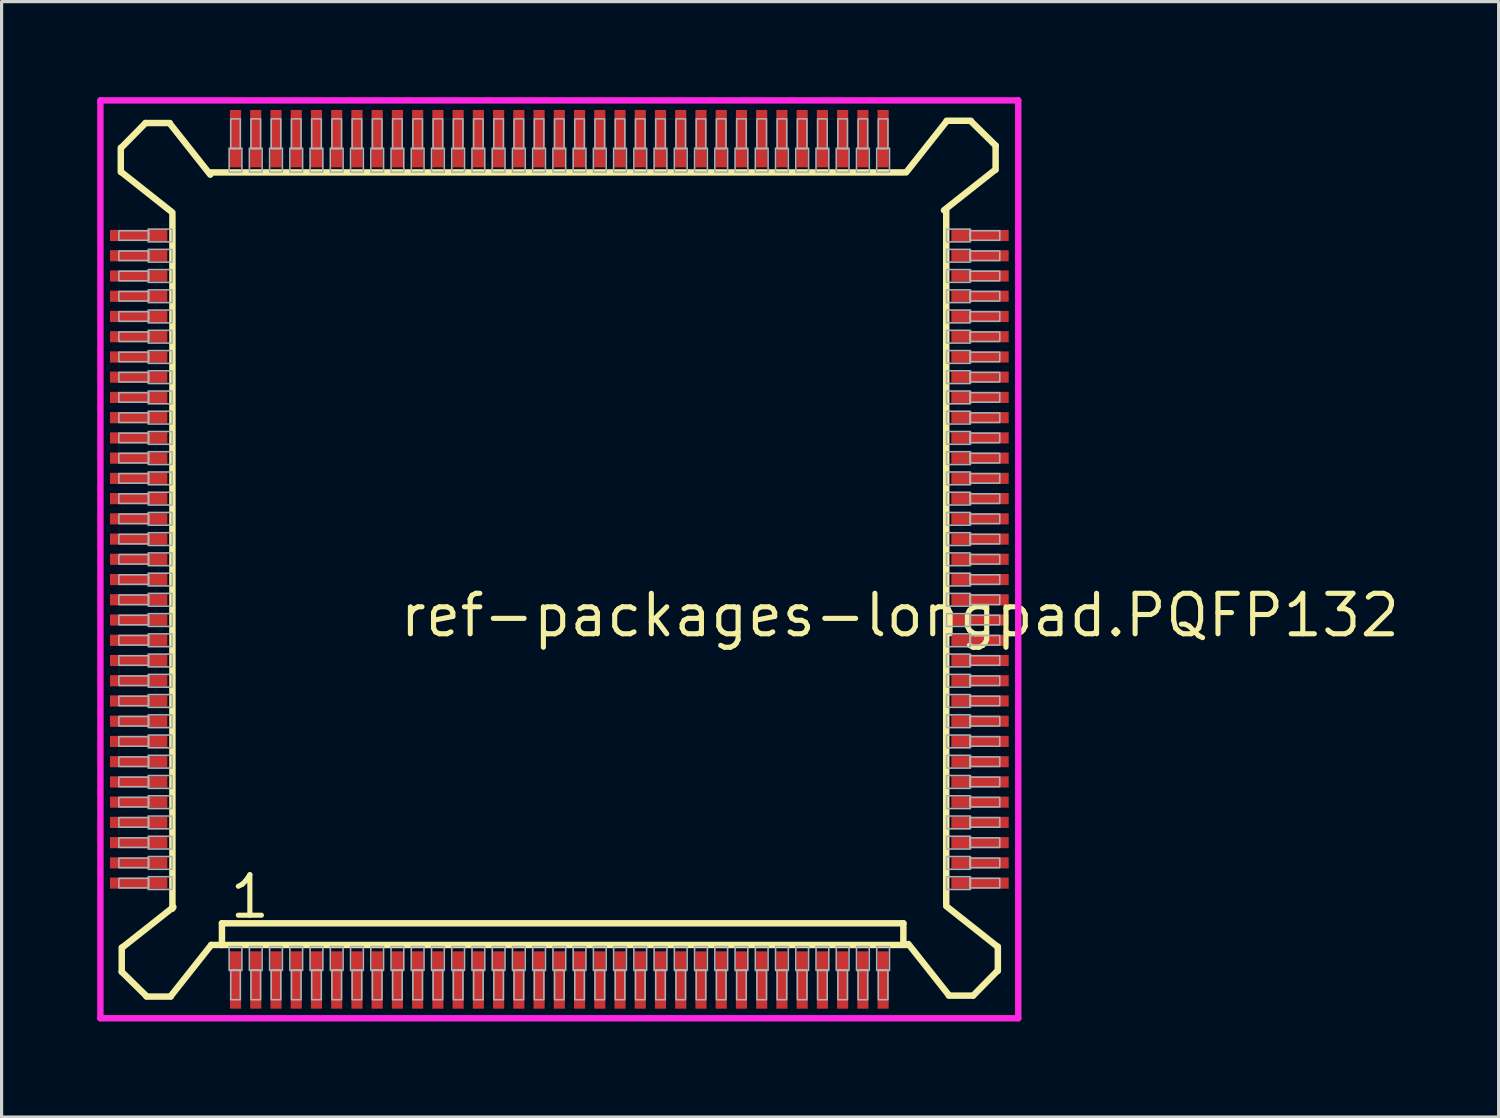
<source format=kicad_pcb>
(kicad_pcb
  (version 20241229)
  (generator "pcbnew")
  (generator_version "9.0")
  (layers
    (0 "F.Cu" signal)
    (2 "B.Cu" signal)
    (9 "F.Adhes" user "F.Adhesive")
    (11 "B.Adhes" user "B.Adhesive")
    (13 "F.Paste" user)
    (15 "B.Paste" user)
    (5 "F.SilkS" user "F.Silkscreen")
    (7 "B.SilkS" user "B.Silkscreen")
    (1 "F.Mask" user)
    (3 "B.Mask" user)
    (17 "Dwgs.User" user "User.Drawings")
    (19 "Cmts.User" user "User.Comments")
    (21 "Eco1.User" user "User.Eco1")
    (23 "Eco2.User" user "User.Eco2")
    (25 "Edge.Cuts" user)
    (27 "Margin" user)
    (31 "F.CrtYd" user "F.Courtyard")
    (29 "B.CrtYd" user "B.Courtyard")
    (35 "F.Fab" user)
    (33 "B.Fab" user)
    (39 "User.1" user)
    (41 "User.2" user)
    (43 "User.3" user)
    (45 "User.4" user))
  (footprint "ref-packages-longpad.PQFP132"
    (layer "F.Cu")
    (at 14.5 14.5)
    (property "Reference" "ref-packages-longpad.PQFP132" (at -5.08 2.5 0) (layer "F.SilkS") (effects (font (size 1.27 1.27) (thickness 0.16)) (justify left bottom)))
    (attr smd)
    (fp_line (start -13.76 -12.914) (end -13.76 -12.152) (stroke (width 0.203) (type default)) (layer "F.SilkS"))
    (fp_line (start -13.746 -12.152) (end -12.14 -10.882) (stroke (width 0.203) (type default)) (layer "F.SilkS"))
    (fp_line (start -13.73 12.182) (end -13.73 12.944) (stroke (width 0.203) (type default)) (layer "F.SilkS"))
    (fp_line (start -13.73 12.944) (end -12.954 13.706) (stroke (width 0.203) (type default)) (layer "F.SilkS"))
    (fp_line (start -12.984 -13.69) (end -13.746 -12.914) (stroke (width 0.203) (type default)) (layer "F.SilkS"))
    (fp_line (start -12.954 13.72) (end -12.192 13.72) (stroke (width 0.203) (type default)) (layer "F.SilkS"))
    (fp_line (start -12.222 -13.69) (end -12.984 -13.69) (stroke (width 0.203) (type default)) (layer "F.SilkS"))
    (fp_line (start -12.192 13.706) (end -10.922 12.1) (stroke (width 0.203) (type default)) (layer "F.SilkS"))
    (fp_line (start -12.14 -10.8) (end -12.14 10.962) (stroke (width 0.203) (type default)) (layer "F.SilkS"))
    (fp_line (start -12.11 10.912) (end -13.716 12.182) (stroke (width 0.203) (type default)) (layer "F.SilkS"))
    (fp_line (start -10.952 -12.07) (end -12.222 -13.676) (stroke (width 0.203) (type default)) (layer "F.SilkS"))
    (fp_line (start -10.922 12.1) (end -10.586 12.1) (stroke (width 0.203) (type default)) (layer "F.SilkS"))
    (fp_line (start -10.586 11.42) (end 10.795 11.42) (stroke (width 0.203) (type default)) (layer "F.SilkS"))
    (fp_line (start -10.586 12.1) (end -10.586 11.42) (stroke (width 0.203) (type default)) (layer "F.SilkS"))
    (fp_line (start -10.586 12.1) (end 10.922 12.1) (stroke (width 0.203) (type default)) (layer "F.SilkS"))
    (fp_line (start 10.795 11.42) (end 10.795 12.055) (stroke (width 0.203) (type default)) (layer "F.SilkS"))
    (fp_line (start 10.8 -12.14) (end -10.962 -12.14) (stroke (width 0.203) (type default)) (layer "F.SilkS"))
    (fp_line (start 10.952 12.07) (end 12.222 13.676) (stroke (width 0.203) (type default)) (layer "F.SilkS"))
    (fp_line (start 12.07 -10.952) (end 13.676 -12.222) (stroke (width 0.203) (type default)) (layer "F.SilkS"))
    (fp_line (start 12.14 10.8) (end 12.14 -10.962) (stroke (width 0.203) (type default)) (layer "F.SilkS"))
    (fp_line (start 12.152 -13.746) (end 10.882 -12.14) (stroke (width 0.203) (type default)) (layer "F.SilkS"))
    (fp_line (start 12.222 13.69) (end 12.984 13.69) (stroke (width 0.203) (type default)) (layer "F.SilkS"))
    (fp_line (start 12.914 -13.76) (end 12.152 -13.76) (stroke (width 0.203) (type default)) (layer "F.SilkS"))
    (fp_line (start 12.984 13.69) (end 13.746 12.914) (stroke (width 0.203) (type default)) (layer "F.SilkS"))
    (fp_line (start 13.69 -12.984) (end 12.914 -13.746) (stroke (width 0.203) (type default)) (layer "F.SilkS"))
    (fp_line (start 13.69 -12.222) (end 13.69 -12.984) (stroke (width 0.203) (type default)) (layer "F.SilkS"))
    (fp_line (start 13.746 12.152) (end 12.14 10.882) (stroke (width 0.203) (type default)) (layer "F.SilkS"))
    (fp_line (start 13.76 12.914) (end 13.76 12.152) (stroke (width 0.203) (type default)) (layer "F.SilkS"))
    (fp_line (start -14.4 -14.4) (end 14.4 -14.4) (stroke (width 0.2) (type default)) (layer "F.CrtYd"))
    (fp_line (start -14.4 14.4) (end -14.4 -14.4) (stroke (width 0.2) (type default)) (layer "F.CrtYd"))
    (fp_line (start 14.4 -14.4) (end 14.4 14.4) (stroke (width 0.2) (type default)) (layer "F.CrtYd"))
    (fp_line (start 14.4 14.4) (end -14.4 14.4) (stroke (width 0.2) (type default)) (layer "F.CrtYd"))
    (fp_rect (start -13.82 -10.01) (end -12.88 -10.31) (stroke (width 0.05) (type default)) (fill no) (layer "F.Fab"))
    (fp_rect (start -13.82 -9.375) (end -12.88 -9.675) (stroke (width 0.05) (type default)) (fill no) (layer "F.Fab"))
    (fp_rect (start -13.82 -8.74) (end -12.88 -9.04) (stroke (width 0.05) (type default)) (fill no) (layer "F.Fab"))
    (fp_rect (start -13.82 -8.105) (end -12.88 -8.405) (stroke (width 0.05) (type default)) (fill no) (layer "F.Fab"))
    (fp_rect (start -13.82 -7.47) (end -12.88 -7.77) (stroke (width 0.05) (type default)) (fill no) (layer "F.Fab"))
    (fp_rect (start -13.82 -6.835) (end -12.88 -7.135) (stroke (width 0.05) (type default)) (fill no) (layer "F.Fab"))
    (fp_rect (start -13.82 -6.2) (end -12.88 -6.5) (stroke (width 0.05) (type default)) (fill no) (layer "F.Fab"))
    (fp_rect (start -13.82 -5.565) (end -12.88 -5.865) (stroke (width 0.05) (type default)) (fill no) (layer "F.Fab"))
    (fp_rect (start -13.82 -4.93) (end -12.88 -5.23) (stroke (width 0.05) (type default)) (fill no) (layer "F.Fab"))
    (fp_rect (start -13.82 -4.295) (end -12.88 -4.595) (stroke (width 0.05) (type default)) (fill no) (layer "F.Fab"))
    (fp_rect (start -13.82 -3.66) (end -12.88 -3.96) (stroke (width 0.05) (type default)) (fill no) (layer "F.Fab"))
    (fp_rect (start -13.82 -3.025) (end -12.88 -3.325) (stroke (width 0.05) (type default)) (fill no) (layer "F.Fab"))
    (fp_rect (start -13.82 -2.39) (end -12.88 -2.69) (stroke (width 0.05) (type default)) (fill no) (layer "F.Fab"))
    (fp_rect (start -13.82 -1.755) (end -12.88 -2.055) (stroke (width 0.05) (type default)) (fill no) (layer "F.Fab"))
    (fp_rect (start -13.82 -1.12) (end -12.88 -1.42) (stroke (width 0.05) (type default)) (fill no) (layer "F.Fab"))
    (fp_rect (start -13.82 -0.485) (end -12.88 -0.785) (stroke (width 0.05) (type default)) (fill no) (layer "F.Fab"))
    (fp_rect (start -13.82 0.15) (end -12.88 -0.15) (stroke (width 0.05) (type default)) (fill no) (layer "F.Fab"))
    (fp_rect (start -13.82 0.785) (end -12.88 0.485) (stroke (width 0.05) (type default)) (fill no) (layer "F.Fab"))
    (fp_rect (start -13.82 1.42) (end -12.88 1.12) (stroke (width 0.05) (type default)) (fill no) (layer "F.Fab"))
    (fp_rect (start -13.82 2.055) (end -12.88 1.755) (stroke (width 0.05) (type default)) (fill no) (layer "F.Fab"))
    (fp_rect (start -13.82 2.69) (end -12.88 2.39) (stroke (width 0.05) (type default)) (fill no) (layer "F.Fab"))
    (fp_rect (start -13.82 3.325) (end -12.88 3.025) (stroke (width 0.05) (type default)) (fill no) (layer "F.Fab"))
    (fp_rect (start -13.82 3.96) (end -12.88 3.66) (stroke (width 0.05) (type default)) (fill no) (layer "F.Fab"))
    (fp_rect (start -13.82 4.595) (end -12.88 4.295) (stroke (width 0.05) (type default)) (fill no) (layer "F.Fab"))
    (fp_rect (start -13.82 5.23) (end -12.88 4.93) (stroke (width 0.05) (type default)) (fill no) (layer "F.Fab"))
    (fp_rect (start -13.82 5.865) (end -12.88 5.565) (stroke (width 0.05) (type default)) (fill no) (layer "F.Fab"))
    (fp_rect (start -13.82 6.5) (end -12.88 6.2) (stroke (width 0.05) (type default)) (fill no) (layer "F.Fab"))
    (fp_rect (start -13.82 7.135) (end -12.88 6.835) (stroke (width 0.05) (type default)) (fill no) (layer "F.Fab"))
    (fp_rect (start -13.82 7.77) (end -12.88 7.47) (stroke (width 0.05) (type default)) (fill no) (layer "F.Fab"))
    (fp_rect (start -13.82 8.405) (end -12.88 8.105) (stroke (width 0.05) (type default)) (fill no) (layer "F.Fab"))
    (fp_rect (start -13.82 9.04) (end -12.88 8.74) (stroke (width 0.05) (type default)) (fill no) (layer "F.Fab"))
    (fp_rect (start -13.82 9.675) (end -12.88 9.375) (stroke (width 0.05) (type default)) (fill no) (layer "F.Fab"))
    (fp_rect (start -13.82 10.31) (end -12.88 10.01) (stroke (width 0.05) (type default)) (fill no) (layer "F.Fab"))
    (fp_rect (start -12.9 -9.96) (end -12.15 -10.36) (stroke (width 0.05) (type default)) (fill no) (layer "F.Fab"))
    (fp_rect (start -12.9 -9.325) (end -12.15 -9.725) (stroke (width 0.05) (type default)) (fill no) (layer "F.Fab"))
    (fp_rect (start -12.9 -8.69) (end -12.15 -9.09) (stroke (width 0.05) (type default)) (fill no) (layer "F.Fab"))
    (fp_rect (start -12.9 -8.055) (end -12.15 -8.455) (stroke (width 0.05) (type default)) (fill no) (layer "F.Fab"))
    (fp_rect (start -12.9 -7.42) (end -12.15 -7.82) (stroke (width 0.05) (type default)) (fill no) (layer "F.Fab"))
    (fp_rect (start -12.9 -6.785) (end -12.15 -7.185) (stroke (width 0.05) (type default)) (fill no) (layer "F.Fab"))
    (fp_rect (start -12.9 -6.15) (end -12.15 -6.55) (stroke (width 0.05) (type default)) (fill no) (layer "F.Fab"))
    (fp_rect (start -12.9 -5.515) (end -12.15 -5.915) (stroke (width 0.05) (type default)) (fill no) (layer "F.Fab"))
    (fp_rect (start -12.9 -4.88) (end -12.15 -5.28) (stroke (width 0.05) (type default)) (fill no) (layer "F.Fab"))
    (fp_rect (start -12.9 -4.245) (end -12.15 -4.645) (stroke (width 0.05) (type default)) (fill no) (layer "F.Fab"))
    (fp_rect (start -12.9 -3.61) (end -12.15 -4.01) (stroke (width 0.05) (type default)) (fill no) (layer "F.Fab"))
    (fp_rect (start -12.9 -2.975) (end -12.15 -3.375) (stroke (width 0.05) (type default)) (fill no) (layer "F.Fab"))
    (fp_rect (start -12.9 -2.34) (end -12.15 -2.74) (stroke (width 0.05) (type default)) (fill no) (layer "F.Fab"))
    (fp_rect (start -12.9 -1.705) (end -12.15 -2.105) (stroke (width 0.05) (type default)) (fill no) (layer "F.Fab"))
    (fp_rect (start -12.9 -1.07) (end -12.15 -1.47) (stroke (width 0.05) (type default)) (fill no) (layer "F.Fab"))
    (fp_rect (start -12.9 -0.435) (end -12.15 -0.835) (stroke (width 0.05) (type default)) (fill no) (layer "F.Fab"))
    (fp_rect (start -12.9 0.2) (end -12.15 -0.2) (stroke (width 0.05) (type default)) (fill no) (layer "F.Fab"))
    (fp_rect (start -12.9 0.835) (end -12.15 0.435) (stroke (width 0.05) (type default)) (fill no) (layer "F.Fab"))
    (fp_rect (start -12.9 1.47) (end -12.15 1.07) (stroke (width 0.05) (type default)) (fill no) (layer "F.Fab"))
    (fp_rect (start -12.9 2.105) (end -12.15 1.705) (stroke (width 0.05) (type default)) (fill no) (layer "F.Fab"))
    (fp_rect (start -12.9 2.74) (end -12.15 2.34) (stroke (width 0.05) (type default)) (fill no) (layer "F.Fab"))
    (fp_rect (start -12.9 3.375) (end -12.15 2.975) (stroke (width 0.05) (type default)) (fill no) (layer "F.Fab"))
    (fp_rect (start -12.9 4.01) (end -12.15 3.61) (stroke (width 0.05) (type default)) (fill no) (layer "F.Fab"))
    (fp_rect (start -12.9 4.645) (end -12.15 4.245) (stroke (width 0.05) (type default)) (fill no) (layer "F.Fab"))
    (fp_rect (start -12.9 5.28) (end -12.15 4.88) (stroke (width 0.05) (type default)) (fill no) (layer "F.Fab"))
    (fp_rect (start -12.9 5.915) (end -12.15 5.515) (stroke (width 0.05) (type default)) (fill no) (layer "F.Fab"))
    (fp_rect (start -12.9 6.55) (end -12.15 6.15) (stroke (width 0.05) (type default)) (fill no) (layer "F.Fab"))
    (fp_rect (start -12.9 7.185) (end -12.15 6.785) (stroke (width 0.05) (type default)) (fill no) (layer "F.Fab"))
    (fp_rect (start -12.9 7.82) (end -12.15 7.42) (stroke (width 0.05) (type default)) (fill no) (layer "F.Fab"))
    (fp_rect (start -12.9 8.455) (end -12.15 8.055) (stroke (width 0.05) (type default)) (fill no) (layer "F.Fab"))
    (fp_rect (start -12.9 9.09) (end -12.15 8.69) (stroke (width 0.05) (type default)) (fill no) (layer "F.Fab"))
    (fp_rect (start -12.9 9.725) (end -12.15 9.325) (stroke (width 0.05) (type default)) (fill no) (layer "F.Fab"))
    (fp_rect (start -12.9 10.36) (end -12.15 9.96) (stroke (width 0.05) (type default)) (fill no) (layer "F.Fab"))
    (fp_rect (start -10.36 -12.15) (end -9.96 -12.9) (stroke (width 0.05) (type default)) (fill no) (layer "F.Fab"))
    (fp_rect (start -10.36 12.9) (end -9.96 12.15) (stroke (width 0.05) (type default)) (fill no) (layer "F.Fab"))
    (fp_rect (start -10.31 -12.88) (end -10.01 -13.82) (stroke (width 0.05) (type default)) (fill no) (layer "F.Fab"))
    (fp_rect (start -10.31 13.82) (end -10.01 12.88) (stroke (width 0.05) (type default)) (fill no) (layer "F.Fab"))
    (fp_rect (start -9.725 -12.15) (end -9.325 -12.9) (stroke (width 0.05) (type default)) (fill no) (layer "F.Fab"))
    (fp_rect (start -9.725 12.9) (end -9.325 12.15) (stroke (width 0.05) (type default)) (fill no) (layer "F.Fab"))
    (fp_rect (start -9.675 -12.88) (end -9.375 -13.82) (stroke (width 0.05) (type default)) (fill no) (layer "F.Fab"))
    (fp_rect (start -9.675 13.82) (end -9.375 12.88) (stroke (width 0.05) (type default)) (fill no) (layer "F.Fab"))
    (fp_rect (start -9.09 -12.15) (end -8.69 -12.9) (stroke (width 0.05) (type default)) (fill no) (layer "F.Fab"))
    (fp_rect (start -9.09 12.9) (end -8.69 12.15) (stroke (width 0.05) (type default)) (fill no) (layer "F.Fab"))
    (fp_rect (start -9.04 -12.88) (end -8.74 -13.82) (stroke (width 0.05) (type default)) (fill no) (layer "F.Fab"))
    (fp_rect (start -9.04 13.82) (end -8.74 12.88) (stroke (width 0.05) (type default)) (fill no) (layer "F.Fab"))
    (fp_rect (start -8.455 -12.15) (end -8.055 -12.9) (stroke (width 0.05) (type default)) (fill no) (layer "F.Fab"))
    (fp_rect (start -8.455 12.9) (end -8.055 12.15) (stroke (width 0.05) (type default)) (fill no) (layer "F.Fab"))
    (fp_rect (start -8.405 -12.88) (end -8.105 -13.82) (stroke (width 0.05) (type default)) (fill no) (layer "F.Fab"))
    (fp_rect (start -8.405 13.82) (end -8.105 12.88) (stroke (width 0.05) (type default)) (fill no) (layer "F.Fab"))
    (fp_rect (start -7.82 -12.15) (end -7.42 -12.9) (stroke (width 0.05) (type default)) (fill no) (layer "F.Fab"))
    (fp_rect (start -7.82 12.9) (end -7.42 12.15) (stroke (width 0.05) (type default)) (fill no) (layer "F.Fab"))
    (fp_rect (start -7.77 -12.88) (end -7.47 -13.82) (stroke (width 0.05) (type default)) (fill no) (layer "F.Fab"))
    (fp_rect (start -7.77 13.82) (end -7.47 12.88) (stroke (width 0.05) (type default)) (fill no) (layer "F.Fab"))
    (fp_rect (start -7.185 -12.15) (end -6.785 -12.9) (stroke (width 0.05) (type default)) (fill no) (layer "F.Fab"))
    (fp_rect (start -7.185 12.9) (end -6.785 12.15) (stroke (width 0.05) (type default)) (fill no) (layer "F.Fab"))
    (fp_rect (start -7.135 -12.88) (end -6.835 -13.82) (stroke (width 0.05) (type default)) (fill no) (layer "F.Fab"))
    (fp_rect (start -7.135 13.82) (end -6.835 12.88) (stroke (width 0.05) (type default)) (fill no) (layer "F.Fab"))
    (fp_rect (start -6.55 -12.15) (end -6.15 -12.9) (stroke (width 0.05) (type default)) (fill no) (layer "F.Fab"))
    (fp_rect (start -6.55 12.9) (end -6.15 12.15) (stroke (width 0.05) (type default)) (fill no) (layer "F.Fab"))
    (fp_rect (start -6.5 -12.88) (end -6.2 -13.82) (stroke (width 0.05) (type default)) (fill no) (layer "F.Fab"))
    (fp_rect (start -6.5 13.82) (end -6.2 12.88) (stroke (width 0.05) (type default)) (fill no) (layer "F.Fab"))
    (fp_rect (start -5.915 -12.15) (end -5.515 -12.9) (stroke (width 0.05) (type default)) (fill no) (layer "F.Fab"))
    (fp_rect (start -5.915 12.9) (end -5.515 12.15) (stroke (width 0.05) (type default)) (fill no) (layer "F.Fab"))
    (fp_rect (start -5.865 -12.88) (end -5.565 -13.82) (stroke (width 0.05) (type default)) (fill no) (layer "F.Fab"))
    (fp_rect (start -5.865 13.82) (end -5.565 12.88) (stroke (width 0.05) (type default)) (fill no) (layer "F.Fab"))
    (fp_rect (start -5.28 -12.15) (end -4.88 -12.9) (stroke (width 0.05) (type default)) (fill no) (layer "F.Fab"))
    (fp_rect (start -5.28 12.9) (end -4.88 12.15) (stroke (width 0.05) (type default)) (fill no) (layer "F.Fab"))
    (fp_rect (start -5.23 -12.88) (end -4.93 -13.82) (stroke (width 0.05) (type default)) (fill no) (layer "F.Fab"))
    (fp_rect (start -5.23 13.82) (end -4.93 12.88) (stroke (width 0.05) (type default)) (fill no) (layer "F.Fab"))
    (fp_rect (start -4.645 -12.15) (end -4.245 -12.9) (stroke (width 0.05) (type default)) (fill no) (layer "F.Fab"))
    (fp_rect (start -4.645 12.9) (end -4.245 12.15) (stroke (width 0.05) (type default)) (fill no) (layer "F.Fab"))
    (fp_rect (start -4.595 -12.88) (end -4.295 -13.82) (stroke (width 0.05) (type default)) (fill no) (layer "F.Fab"))
    (fp_rect (start -4.595 13.82) (end -4.295 12.88) (stroke (width 0.05) (type default)) (fill no) (layer "F.Fab"))
    (fp_rect (start -4.01 -12.15) (end -3.61 -12.9) (stroke (width 0.05) (type default)) (fill no) (layer "F.Fab"))
    (fp_rect (start -4.01 12.9) (end -3.61 12.15) (stroke (width 0.05) (type default)) (fill no) (layer "F.Fab"))
    (fp_rect (start -3.96 -12.88) (end -3.66 -13.82) (stroke (width 0.05) (type default)) (fill no) (layer "F.Fab"))
    (fp_rect (start -3.96 13.82) (end -3.66 12.88) (stroke (width 0.05) (type default)) (fill no) (layer "F.Fab"))
    (fp_rect (start -3.375 -12.15) (end -2.975 -12.9) (stroke (width 0.05) (type default)) (fill no) (layer "F.Fab"))
    (fp_rect (start -3.375 12.9) (end -2.975 12.15) (stroke (width 0.05) (type default)) (fill no) (layer "F.Fab"))
    (fp_rect (start -3.325 -12.88) (end -3.025 -13.82) (stroke (width 0.05) (type default)) (fill no) (layer "F.Fab"))
    (fp_rect (start -3.325 13.82) (end -3.025 12.88) (stroke (width 0.05) (type default)) (fill no) (layer "F.Fab"))
    (fp_rect (start -2.74 -12.15) (end -2.34 -12.9) (stroke (width 0.05) (type default)) (fill no) (layer "F.Fab"))
    (fp_rect (start -2.74 12.9) (end -2.34 12.15) (stroke (width 0.05) (type default)) (fill no) (layer "F.Fab"))
    (fp_rect (start -2.69 -12.88) (end -2.39 -13.82) (stroke (width 0.05) (type default)) (fill no) (layer "F.Fab"))
    (fp_rect (start -2.69 13.82) (end -2.39 12.88) (stroke (width 0.05) (type default)) (fill no) (layer "F.Fab"))
    (fp_rect (start -2.105 -12.15) (end -1.705 -12.9) (stroke (width 0.05) (type default)) (fill no) (layer "F.Fab"))
    (fp_rect (start -2.105 12.9) (end -1.705 12.15) (stroke (width 0.05) (type default)) (fill no) (layer "F.Fab"))
    (fp_rect (start -2.055 -12.88) (end -1.755 -13.82) (stroke (width 0.05) (type default)) (fill no) (layer "F.Fab"))
    (fp_rect (start -2.055 13.82) (end -1.755 12.88) (stroke (width 0.05) (type default)) (fill no) (layer "F.Fab"))
    (fp_rect (start -1.47 -12.15) (end -1.07 -12.9) (stroke (width 0.05) (type default)) (fill no) (layer "F.Fab"))
    (fp_rect (start -1.47 12.9) (end -1.07 12.15) (stroke (width 0.05) (type default)) (fill no) (layer "F.Fab"))
    (fp_rect (start -1.42 -12.88) (end -1.12 -13.82) (stroke (width 0.05) (type default)) (fill no) (layer "F.Fab"))
    (fp_rect (start -1.42 13.82) (end -1.12 12.88) (stroke (width 0.05) (type default)) (fill no) (layer "F.Fab"))
    (fp_rect (start -0.835 -12.15) (end -0.435 -12.9) (stroke (width 0.05) (type default)) (fill no) (layer "F.Fab"))
    (fp_rect (start -0.835 12.9) (end -0.435 12.15) (stroke (width 0.05) (type default)) (fill no) (layer "F.Fab"))
    (fp_rect (start -0.785 -12.88) (end -0.485 -13.82) (stroke (width 0.05) (type default)) (fill no) (layer "F.Fab"))
    (fp_rect (start -0.785 13.82) (end -0.485 12.88) (stroke (width 0.05) (type default)) (fill no) (layer "F.Fab"))
    (fp_rect (start -0.2 -12.15) (end 0.2 -12.9) (stroke (width 0.05) (type default)) (fill no) (layer "F.Fab"))
    (fp_rect (start -0.2 12.9) (end 0.2 12.15) (stroke (width 0.05) (type default)) (fill no) (layer "F.Fab"))
    (fp_rect (start -0.15 -12.88) (end 0.15 -13.82) (stroke (width 0.05) (type default)) (fill no) (layer "F.Fab"))
    (fp_rect (start -0.15 13.82) (end 0.15 12.88) (stroke (width 0.05) (type default)) (fill no) (layer "F.Fab"))
    (fp_rect (start 0.435 -12.15) (end 0.835 -12.9) (stroke (width 0.05) (type default)) (fill no) (layer "F.Fab"))
    (fp_rect (start 0.435 12.9) (end 0.835 12.15) (stroke (width 0.05) (type default)) (fill no) (layer "F.Fab"))
    (fp_rect (start 0.485 -12.88) (end 0.785 -13.82) (stroke (width 0.05) (type default)) (fill no) (layer "F.Fab"))
    (fp_rect (start 0.485 13.82) (end 0.785 12.88) (stroke (width 0.05) (type default)) (fill no) (layer "F.Fab"))
    (fp_rect (start 1.07 -12.15) (end 1.47 -12.9) (stroke (width 0.05) (type default)) (fill no) (layer "F.Fab"))
    (fp_rect (start 1.07 12.9) (end 1.47 12.15) (stroke (width 0.05) (type default)) (fill no) (layer "F.Fab"))
    (fp_rect (start 1.12 -12.88) (end 1.42 -13.82) (stroke (width 0.05) (type default)) (fill no) (layer "F.Fab"))
    (fp_rect (start 1.12 13.82) (end 1.42 12.88) (stroke (width 0.05) (type default)) (fill no) (layer "F.Fab"))
    (fp_rect (start 1.705 -12.15) (end 2.105 -12.9) (stroke (width 0.05) (type default)) (fill no) (layer "F.Fab"))
    (fp_rect (start 1.705 12.9) (end 2.105 12.15) (stroke (width 0.05) (type default)) (fill no) (layer "F.Fab"))
    (fp_rect (start 1.755 -12.88) (end 2.055 -13.82) (stroke (width 0.05) (type default)) (fill no) (layer "F.Fab"))
    (fp_rect (start 1.755 13.82) (end 2.055 12.88) (stroke (width 0.05) (type default)) (fill no) (layer "F.Fab"))
    (fp_rect (start 2.34 -12.15) (end 2.74 -12.9) (stroke (width 0.05) (type default)) (fill no) (layer "F.Fab"))
    (fp_rect (start 2.34 12.9) (end 2.74 12.15) (stroke (width 0.05) (type default)) (fill no) (layer "F.Fab"))
    (fp_rect (start 2.39 -12.88) (end 2.69 -13.82) (stroke (width 0.05) (type default)) (fill no) (layer "F.Fab"))
    (fp_rect (start 2.39 13.82) (end 2.69 12.88) (stroke (width 0.05) (type default)) (fill no) (layer "F.Fab"))
    (fp_rect (start 2.975 -12.15) (end 3.375 -12.9) (stroke (width 0.05) (type default)) (fill no) (layer "F.Fab"))
    (fp_rect (start 2.975 12.9) (end 3.375 12.15) (stroke (width 0.05) (type default)) (fill no) (layer "F.Fab"))
    (fp_rect (start 3.025 -12.88) (end 3.325 -13.82) (stroke (width 0.05) (type default)) (fill no) (layer "F.Fab"))
    (fp_rect (start 3.025 13.82) (end 3.325 12.88) (stroke (width 0.05) (type default)) (fill no) (layer "F.Fab"))
    (fp_rect (start 3.61 -12.15) (end 4.01 -12.9) (stroke (width 0.05) (type default)) (fill no) (layer "F.Fab"))
    (fp_rect (start 3.61 12.9) (end 4.01 12.15) (stroke (width 0.05) (type default)) (fill no) (layer "F.Fab"))
    (fp_rect (start 3.66 -12.88) (end 3.96 -13.82) (stroke (width 0.05) (type default)) (fill no) (layer "F.Fab"))
    (fp_rect (start 3.66 13.82) (end 3.96 12.88) (stroke (width 0.05) (type default)) (fill no) (layer "F.Fab"))
    (fp_rect (start 4.245 -12.15) (end 4.645 -12.9) (stroke (width 0.05) (type default)) (fill no) (layer "F.Fab"))
    (fp_rect (start 4.245 12.9) (end 4.645 12.15) (stroke (width 0.05) (type default)) (fill no) (layer "F.Fab"))
    (fp_rect (start 4.295 -12.88) (end 4.595 -13.82) (stroke (width 0.05) (type default)) (fill no) (layer "F.Fab"))
    (fp_rect (start 4.295 13.82) (end 4.595 12.88) (stroke (width 0.05) (type default)) (fill no) (layer "F.Fab"))
    (fp_rect (start 4.88 -12.15) (end 5.28 -12.9) (stroke (width 0.05) (type default)) (fill no) (layer "F.Fab"))
    (fp_rect (start 4.88 12.9) (end 5.28 12.15) (stroke (width 0.05) (type default)) (fill no) (layer "F.Fab"))
    (fp_rect (start 4.93 -12.88) (end 5.23 -13.82) (stroke (width 0.05) (type default)) (fill no) (layer "F.Fab"))
    (fp_rect (start 4.93 13.82) (end 5.23 12.88) (stroke (width 0.05) (type default)) (fill no) (layer "F.Fab"))
    (fp_rect (start 5.515 -12.15) (end 5.915 -12.9) (stroke (width 0.05) (type default)) (fill no) (layer "F.Fab"))
    (fp_rect (start 5.515 12.9) (end 5.915 12.15) (stroke (width 0.05) (type default)) (fill no) (layer "F.Fab"))
    (fp_rect (start 5.565 -12.88) (end 5.865 -13.82) (stroke (width 0.05) (type default)) (fill no) (layer "F.Fab"))
    (fp_rect (start 5.565 13.82) (end 5.865 12.88) (stroke (width 0.05) (type default)) (fill no) (layer "F.Fab"))
    (fp_rect (start 6.15 -12.15) (end 6.55 -12.9) (stroke (width 0.05) (type default)) (fill no) (layer "F.Fab"))
    (fp_rect (start 6.15 12.9) (end 6.55 12.15) (stroke (width 0.05) (type default)) (fill no) (layer "F.Fab"))
    (fp_rect (start 6.2 -12.88) (end 6.5 -13.82) (stroke (width 0.05) (type default)) (fill no) (layer "F.Fab"))
    (fp_rect (start 6.2 13.82) (end 6.5 12.88) (stroke (width 0.05) (type default)) (fill no) (layer "F.Fab"))
    (fp_rect (start 6.785 -12.15) (end 7.185 -12.9) (stroke (width 0.05) (type default)) (fill no) (layer "F.Fab"))
    (fp_rect (start 6.785 12.9) (end 7.185 12.15) (stroke (width 0.05) (type default)) (fill no) (layer "F.Fab"))
    (fp_rect (start 6.835 -12.88) (end 7.135 -13.82) (stroke (width 0.05) (type default)) (fill no) (layer "F.Fab"))
    (fp_rect (start 6.835 13.82) (end 7.135 12.88) (stroke (width 0.05) (type default)) (fill no) (layer "F.Fab"))
    (fp_rect (start 7.42 -12.15) (end 7.82 -12.9) (stroke (width 0.05) (type default)) (fill no) (layer "F.Fab"))
    (fp_rect (start 7.42 12.9) (end 7.82 12.15) (stroke (width 0.05) (type default)) (fill no) (layer "F.Fab"))
    (fp_rect (start 7.47 -12.88) (end 7.77 -13.82) (stroke (width 0.05) (type default)) (fill no) (layer "F.Fab"))
    (fp_rect (start 7.47 13.82) (end 7.77 12.88) (stroke (width 0.05) (type default)) (fill no) (layer "F.Fab"))
    (fp_rect (start 8.055 -12.15) (end 8.455 -12.9) (stroke (width 0.05) (type default)) (fill no) (layer "F.Fab"))
    (fp_rect (start 8.055 12.9) (end 8.455 12.15) (stroke (width 0.05) (type default)) (fill no) (layer "F.Fab"))
    (fp_rect (start 8.105 -12.88) (end 8.405 -13.82) (stroke (width 0.05) (type default)) (fill no) (layer "F.Fab"))
    (fp_rect (start 8.105 13.82) (end 8.405 12.88) (stroke (width 0.05) (type default)) (fill no) (layer "F.Fab"))
    (fp_rect (start 8.69 -12.15) (end 9.09 -12.9) (stroke (width 0.05) (type default)) (fill no) (layer "F.Fab"))
    (fp_rect (start 8.69 12.9) (end 9.09 12.15) (stroke (width 0.05) (type default)) (fill no) (layer "F.Fab"))
    (fp_rect (start 8.74 -12.88) (end 9.04 -13.82) (stroke (width 0.05) (type default)) (fill no) (layer "F.Fab"))
    (fp_rect (start 8.74 13.82) (end 9.04 12.88) (stroke (width 0.05) (type default)) (fill no) (layer "F.Fab"))
    (fp_rect (start 9.325 -12.15) (end 9.725 -12.9) (stroke (width 0.05) (type default)) (fill no) (layer "F.Fab"))
    (fp_rect (start 9.325 12.9) (end 9.725 12.15) (stroke (width 0.05) (type default)) (fill no) (layer "F.Fab"))
    (fp_rect (start 9.375 -12.88) (end 9.675 -13.82) (stroke (width 0.05) (type default)) (fill no) (layer "F.Fab"))
    (fp_rect (start 9.375 13.82) (end 9.675 12.88) (stroke (width 0.05) (type default)) (fill no) (layer "F.Fab"))
    (fp_rect (start 9.96 -12.15) (end 10.36 -12.9) (stroke (width 0.05) (type default)) (fill no) (layer "F.Fab"))
    (fp_rect (start 9.96 12.9) (end 10.36 12.15) (stroke (width 0.05) (type default)) (fill no) (layer "F.Fab"))
    (fp_rect (start 10.01 -12.88) (end 10.31 -13.82) (stroke (width 0.05) (type default)) (fill no) (layer "F.Fab"))
    (fp_rect (start 10.01 13.82) (end 10.31 12.88) (stroke (width 0.05) (type default)) (fill no) (layer "F.Fab"))
    (fp_rect (start 12.15 -9.96) (end 12.9 -10.36) (stroke (width 0.05) (type default)) (fill no) (layer "F.Fab"))
    (fp_rect (start 12.15 -9.325) (end 12.9 -9.725) (stroke (width 0.05) (type default)) (fill no) (layer "F.Fab"))
    (fp_rect (start 12.15 -8.69) (end 12.9 -9.09) (stroke (width 0.05) (type default)) (fill no) (layer "F.Fab"))
    (fp_rect (start 12.15 -8.055) (end 12.9 -8.455) (stroke (width 0.05) (type default)) (fill no) (layer "F.Fab"))
    (fp_rect (start 12.15 -7.42) (end 12.9 -7.82) (stroke (width 0.05) (type default)) (fill no) (layer "F.Fab"))
    (fp_rect (start 12.15 -6.785) (end 12.9 -7.185) (stroke (width 0.05) (type default)) (fill no) (layer "F.Fab"))
    (fp_rect (start 12.15 -6.15) (end 12.9 -6.55) (stroke (width 0.05) (type default)) (fill no) (layer "F.Fab"))
    (fp_rect (start 12.15 -5.515) (end 12.9 -5.915) (stroke (width 0.05) (type default)) (fill no) (layer "F.Fab"))
    (fp_rect (start 12.15 -4.88) (end 12.9 -5.28) (stroke (width 0.05) (type default)) (fill no) (layer "F.Fab"))
    (fp_rect (start 12.15 -4.245) (end 12.9 -4.645) (stroke (width 0.05) (type default)) (fill no) (layer "F.Fab"))
    (fp_rect (start 12.15 -3.61) (end 12.9 -4.01) (stroke (width 0.05) (type default)) (fill no) (layer "F.Fab"))
    (fp_rect (start 12.15 -2.975) (end 12.9 -3.375) (stroke (width 0.05) (type default)) (fill no) (layer "F.Fab"))
    (fp_rect (start 12.15 -2.34) (end 12.9 -2.74) (stroke (width 0.05) (type default)) (fill no) (layer "F.Fab"))
    (fp_rect (start 12.15 -1.705) (end 12.9 -2.105) (stroke (width 0.05) (type default)) (fill no) (layer "F.Fab"))
    (fp_rect (start 12.15 -1.07) (end 12.9 -1.47) (stroke (width 0.05) (type default)) (fill no) (layer "F.Fab"))
    (fp_rect (start 12.15 -0.435) (end 12.9 -0.835) (stroke (width 0.05) (type default)) (fill no) (layer "F.Fab"))
    (fp_rect (start 12.15 0.2) (end 12.9 -0.2) (stroke (width 0.05) (type default)) (fill no) (layer "F.Fab"))
    (fp_rect (start 12.15 0.835) (end 12.9 0.435) (stroke (width 0.05) (type default)) (fill no) (layer "F.Fab"))
    (fp_rect (start 12.15 1.47) (end 12.9 1.07) (stroke (width 0.05) (type default)) (fill no) (layer "F.Fab"))
    (fp_rect (start 12.15 2.105) (end 12.9 1.705) (stroke (width 0.05) (type default)) (fill no) (layer "F.Fab"))
    (fp_rect (start 12.15 2.74) (end 12.9 2.34) (stroke (width 0.05) (type default)) (fill no) (layer "F.Fab"))
    (fp_rect (start 12.15 3.375) (end 12.9 2.975) (stroke (width 0.05) (type default)) (fill no) (layer "F.Fab"))
    (fp_rect (start 12.15 4.01) (end 12.9 3.61) (stroke (width 0.05) (type default)) (fill no) (layer "F.Fab"))
    (fp_rect (start 12.15 4.645) (end 12.9 4.245) (stroke (width 0.05) (type default)) (fill no) (layer "F.Fab"))
    (fp_rect (start 12.15 5.28) (end 12.9 4.88) (stroke (width 0.05) (type default)) (fill no) (layer "F.Fab"))
    (fp_rect (start 12.15 5.915) (end 12.9 5.515) (stroke (width 0.05) (type default)) (fill no) (layer "F.Fab"))
    (fp_rect (start 12.15 6.55) (end 12.9 6.15) (stroke (width 0.05) (type default)) (fill no) (layer "F.Fab"))
    (fp_rect (start 12.15 7.185) (end 12.9 6.785) (stroke (width 0.05) (type default)) (fill no) (layer "F.Fab"))
    (fp_rect (start 12.15 7.82) (end 12.9 7.42) (stroke (width 0.05) (type default)) (fill no) (layer "F.Fab"))
    (fp_rect (start 12.15 8.455) (end 12.9 8.055) (stroke (width 0.05) (type default)) (fill no) (layer "F.Fab"))
    (fp_rect (start 12.15 9.09) (end 12.9 8.69) (stroke (width 0.05) (type default)) (fill no) (layer "F.Fab"))
    (fp_rect (start 12.15 9.725) (end 12.9 9.325) (stroke (width 0.05) (type default)) (fill no) (layer "F.Fab"))
    (fp_rect (start 12.15 10.36) (end 12.9 9.96) (stroke (width 0.05) (type default)) (fill no) (layer "F.Fab"))
    (fp_rect (start 12.88 -10.01) (end 13.82 -10.31) (stroke (width 0.05) (type default)) (fill no) (layer "F.Fab"))
    (fp_rect (start 12.88 -9.375) (end 13.82 -9.675) (stroke (width 0.05) (type default)) (fill no) (layer "F.Fab"))
    (fp_rect (start 12.88 -8.74) (end 13.82 -9.04) (stroke (width 0.05) (type default)) (fill no) (layer "F.Fab"))
    (fp_rect (start 12.88 -8.105) (end 13.82 -8.405) (stroke (width 0.05) (type default)) (fill no) (layer "F.Fab"))
    (fp_rect (start 12.88 -7.47) (end 13.82 -7.77) (stroke (width 0.05) (type default)) (fill no) (layer "F.Fab"))
    (fp_rect (start 12.88 -6.835) (end 13.82 -7.135) (stroke (width 0.05) (type default)) (fill no) (layer "F.Fab"))
    (fp_rect (start 12.88 -6.2) (end 13.82 -6.5) (stroke (width 0.05) (type default)) (fill no) (layer "F.Fab"))
    (fp_rect (start 12.88 -5.565) (end 13.82 -5.865) (stroke (width 0.05) (type default)) (fill no) (layer "F.Fab"))
    (fp_rect (start 12.88 -4.93) (end 13.82 -5.23) (stroke (width 0.05) (type default)) (fill no) (layer "F.Fab"))
    (fp_rect (start 12.88 -4.295) (end 13.82 -4.595) (stroke (width 0.05) (type default)) (fill no) (layer "F.Fab"))
    (fp_rect (start 12.88 -3.66) (end 13.82 -3.96) (stroke (width 0.05) (type default)) (fill no) (layer "F.Fab"))
    (fp_rect (start 12.88 -3.025) (end 13.82 -3.325) (stroke (width 0.05) (type default)) (fill no) (layer "F.Fab"))
    (fp_rect (start 12.88 -2.39) (end 13.82 -2.69) (stroke (width 0.05) (type default)) (fill no) (layer "F.Fab"))
    (fp_rect (start 12.88 -1.755) (end 13.82 -2.055) (stroke (width 0.05) (type default)) (fill no) (layer "F.Fab"))
    (fp_rect (start 12.88 -1.12) (end 13.82 -1.42) (stroke (width 0.05) (type default)) (fill no) (layer "F.Fab"))
    (fp_rect (start 12.88 -0.485) (end 13.82 -0.785) (stroke (width 0.05) (type default)) (fill no) (layer "F.Fab"))
    (fp_rect (start 12.88 0.15) (end 13.82 -0.15) (stroke (width 0.05) (type default)) (fill no) (layer "F.Fab"))
    (fp_rect (start 12.88 0.785) (end 13.82 0.485) (stroke (width 0.05) (type default)) (fill no) (layer "F.Fab"))
    (fp_rect (start 12.88 1.42) (end 13.82 1.12) (stroke (width 0.05) (type default)) (fill no) (layer "F.Fab"))
    (fp_rect (start 12.88 2.055) (end 13.82 1.755) (stroke (width 0.05) (type default)) (fill no) (layer "F.Fab"))
    (fp_rect (start 12.88 2.69) (end 13.82 2.39) (stroke (width 0.05) (type default)) (fill no) (layer "F.Fab"))
    (fp_rect (start 12.88 3.325) (end 13.82 3.025) (stroke (width 0.05) (type default)) (fill no) (layer "F.Fab"))
    (fp_rect (start 12.88 3.96) (end 13.82 3.66) (stroke (width 0.05) (type default)) (fill no) (layer "F.Fab"))
    (fp_rect (start 12.88 4.595) (end 13.82 4.295) (stroke (width 0.05) (type default)) (fill no) (layer "F.Fab"))
    (fp_rect (start 12.88 5.23) (end 13.82 4.93) (stroke (width 0.05) (type default)) (fill no) (layer "F.Fab"))
    (fp_rect (start 12.88 5.865) (end 13.82 5.565) (stroke (width 0.05) (type default)) (fill no) (layer "F.Fab"))
    (fp_rect (start 12.88 6.5) (end 13.82 6.2) (stroke (width 0.05) (type default)) (fill no) (layer "F.Fab"))
    (fp_rect (start 12.88 7.135) (end 13.82 6.835) (stroke (width 0.05) (type default)) (fill no) (layer "F.Fab"))
    (fp_rect (start 12.88 7.77) (end 13.82 7.47) (stroke (width 0.05) (type default)) (fill no) (layer "F.Fab"))
    (fp_rect (start 12.88 8.405) (end 13.82 8.105) (stroke (width 0.05) (type default)) (fill no) (layer "F.Fab"))
    (fp_rect (start 12.88 9.04) (end 13.82 8.74) (stroke (width 0.05) (type default)) (fill no) (layer "F.Fab"))
    (fp_rect (start 12.88 9.675) (end 13.82 9.375) (stroke (width 0.05) (type default)) (fill no) (layer "F.Fab"))
    (fp_rect (start 12.88 10.31) (end 13.82 10.01) (stroke (width 0.05) (type default)) (fill no) (layer "F.Fab"))
    (fp_text user "1" (at -10.42 11.33 0) (layer "F.SilkS") (effects (font (size 1.27 1.27) (thickness 0.16)) (justify left bottom)))
    (pad "1" smd roundrect (at -10.16 13.2) (size 0.35 1.8) (layers "F.Cu" "F.Mask" "F.Paste") (roundrect_rratio 0.01))
    (pad "2" smd roundrect (at -9.525 13.2) (size 0.35 1.8) (layers "F.Cu" "F.Mask" "F.Paste") (roundrect_rratio 0.01))
    (pad "3" smd roundrect (at -8.89 13.2) (size 0.35 1.8) (layers "F.Cu" "F.Mask" "F.Paste") (roundrect_rratio 0.01))
    (pad "4" smd roundrect (at -8.255 13.2) (size 0.35 1.8) (layers "F.Cu" "F.Mask" "F.Paste") (roundrect_rratio 0.01))
    (pad "5" smd roundrect (at -7.62 13.2) (size 0.35 1.8) (layers "F.Cu" "F.Mask" "F.Paste") (roundrect_rratio 0.01))
    (pad "6" smd roundrect (at -6.985 13.2) (size 0.35 1.8) (layers "F.Cu" "F.Mask" "F.Paste") (roundrect_rratio 0.01))
    (pad "7" smd roundrect (at -6.35 13.2) (size 0.35 1.8) (layers "F.Cu" "F.Mask" "F.Paste") (roundrect_rratio 0.01))
    (pad "8" smd roundrect (at -5.715 13.2) (size 0.35 1.8) (layers "F.Cu" "F.Mask" "F.Paste") (roundrect_rratio 0.01))
    (pad "9" smd roundrect (at -5.08 13.2) (size 0.35 1.8) (layers "F.Cu" "F.Mask" "F.Paste") (roundrect_rratio 0.01))
    (pad "10" smd roundrect (at -4.445 13.2) (size 0.35 1.8) (layers "F.Cu" "F.Mask" "F.Paste") (roundrect_rratio 0.01))
    (pad "11" smd roundrect (at -3.81 13.2) (size 0.35 1.8) (layers "F.Cu" "F.Mask" "F.Paste") (roundrect_rratio 0.01))
    (pad "12" smd roundrect (at -3.175 13.2) (size 0.35 1.8) (layers "F.Cu" "F.Mask" "F.Paste") (roundrect_rratio 0.01))
    (pad "13" smd roundrect (at -2.54 13.2) (size 0.35 1.8) (layers "F.Cu" "F.Mask" "F.Paste") (roundrect_rratio 0.01))
    (pad "14" smd roundrect (at -1.905 13.2) (size 0.35 1.8) (layers "F.Cu" "F.Mask" "F.Paste") (roundrect_rratio 0.01))
    (pad "15" smd roundrect (at -1.27 13.2) (size 0.35 1.8) (layers "F.Cu" "F.Mask" "F.Paste") (roundrect_rratio 0.01))
    (pad "16" smd roundrect (at -0.635 13.2) (size 0.35 1.8) (layers "F.Cu" "F.Mask" "F.Paste") (roundrect_rratio 0.01))
    (pad "17" smd roundrect (at 0 13.2) (size 0.35 1.8) (layers "F.Cu" "F.Mask" "F.Paste") (roundrect_rratio 0.01))
    (pad "18" smd roundrect (at 0.635 13.2) (size 0.35 1.8) (layers "F.Cu" "F.Mask" "F.Paste") (roundrect_rratio 0.01))
    (pad "19" smd roundrect (at 1.27 13.2) (size 0.35 1.8) (layers "F.Cu" "F.Mask" "F.Paste") (roundrect_rratio 0.01))
    (pad "20" smd roundrect (at 1.905 13.2) (size 0.35 1.8) (layers "F.Cu" "F.Mask" "F.Paste") (roundrect_rratio 0.01))
    (pad "21" smd roundrect (at 2.54 13.2) (size 0.35 1.8) (layers "F.Cu" "F.Mask" "F.Paste") (roundrect_rratio 0.01))
    (pad "22" smd roundrect (at 3.175 13.2) (size 0.35 1.8) (layers "F.Cu" "F.Mask" "F.Paste") (roundrect_rratio 0.01))
    (pad "23" smd roundrect (at 3.81 13.2) (size 0.35 1.8) (layers "F.Cu" "F.Mask" "F.Paste") (roundrect_rratio 0.01))
    (pad "24" smd roundrect (at 4.445 13.2) (size 0.35 1.8) (layers "F.Cu" "F.Mask" "F.Paste") (roundrect_rratio 0.01))
    (pad "25" smd roundrect (at 5.08 13.2) (size 0.35 1.8) (layers "F.Cu" "F.Mask" "F.Paste") (roundrect_rratio 0.01))
    (pad "26" smd roundrect (at 5.715 13.2) (size 0.35 1.8) (layers "F.Cu" "F.Mask" "F.Paste") (roundrect_rratio 0.01))
    (pad "27" smd roundrect (at 6.35 13.2) (size 0.35 1.8) (layers "F.Cu" "F.Mask" "F.Paste") (roundrect_rratio 0.01))
    (pad "28" smd roundrect (at 6.985 13.2) (size 0.35 1.8) (layers "F.Cu" "F.Mask" "F.Paste") (roundrect_rratio 0.01))
    (pad "29" smd roundrect (at 7.62 13.2) (size 0.35 1.8) (layers "F.Cu" "F.Mask" "F.Paste") (roundrect_rratio 0.01))
    (pad "30" smd roundrect (at 8.255 13.2) (size 0.35 1.8) (layers "F.Cu" "F.Mask" "F.Paste") (roundrect_rratio 0.01))
    (pad "31" smd roundrect (at 8.89 13.2) (size 0.35 1.8) (layers "F.Cu" "F.Mask" "F.Paste") (roundrect_rratio 0.01))
    (pad "32" smd roundrect (at 9.525 13.2) (size 0.35 1.8) (layers "F.Cu" "F.Mask" "F.Paste") (roundrect_rratio 0.01))
    (pad "33" smd roundrect (at 10.16 13.2) (size 0.35 1.8) (layers "F.Cu" "F.Mask" "F.Paste") (roundrect_rratio 0.01))
    (pad "34" smd roundrect (at 13.2 10.16) (size 1.8 0.35) (layers "F.Cu" "F.Mask" "F.Paste") (roundrect_rratio 0.01))
    (pad "35" smd roundrect (at 13.2 9.525) (size 1.8 0.35) (layers "F.Cu" "F.Mask" "F.Paste") (roundrect_rratio 0.01))
    (pad "36" smd roundrect (at 13.2 8.89) (size 1.8 0.35) (layers "F.Cu" "F.Mask" "F.Paste") (roundrect_rratio 0.01))
    (pad "37" smd roundrect (at 13.2 8.255) (size 1.8 0.35) (layers "F.Cu" "F.Mask" "F.Paste") (roundrect_rratio 0.01))
    (pad "38" smd roundrect (at 13.2 7.62) (size 1.8 0.35) (layers "F.Cu" "F.Mask" "F.Paste") (roundrect_rratio 0.01))
    (pad "39" smd roundrect (at 13.2 6.985) (size 1.8 0.35) (layers "F.Cu" "F.Mask" "F.Paste") (roundrect_rratio 0.01))
    (pad "40" smd roundrect (at 13.2 6.35) (size 1.8 0.35) (layers "F.Cu" "F.Mask" "F.Paste") (roundrect_rratio 0.01))
    (pad "41" smd roundrect (at 13.2 5.715) (size 1.8 0.35) (layers "F.Cu" "F.Mask" "F.Paste") (roundrect_rratio 0.01))
    (pad "42" smd roundrect (at 13.2 5.08) (size 1.8 0.35) (layers "F.Cu" "F.Mask" "F.Paste") (roundrect_rratio 0.01))
    (pad "43" smd roundrect (at 13.2 4.445) (size 1.8 0.35) (layers "F.Cu" "F.Mask" "F.Paste") (roundrect_rratio 0.01))
    (pad "44" smd roundrect (at 13.2 3.81) (size 1.8 0.35) (layers "F.Cu" "F.Mask" "F.Paste") (roundrect_rratio 0.01))
    (pad "45" smd roundrect (at 13.2 3.175) (size 1.8 0.35) (layers "F.Cu" "F.Mask" "F.Paste") (roundrect_rratio 0.01))
    (pad "46" smd roundrect (at 13.2 2.54) (size 1.8 0.35) (layers "F.Cu" "F.Mask" "F.Paste") (roundrect_rratio 0.01))
    (pad "47" smd roundrect (at 13.2 1.905) (size 1.8 0.35) (layers "F.Cu" "F.Mask" "F.Paste") (roundrect_rratio 0.01))
    (pad "48" smd roundrect (at 13.2 1.27) (size 1.8 0.35) (layers "F.Cu" "F.Mask" "F.Paste") (roundrect_rratio 0.01))
    (pad "49" smd roundrect (at 13.2 0.635) (size 1.8 0.35) (layers "F.Cu" "F.Mask" "F.Paste") (roundrect_rratio 0.01))
    (pad "50" smd roundrect (at 13.2 0) (size 1.8 0.35) (layers "F.Cu" "F.Mask" "F.Paste") (roundrect_rratio 0.01))
    (pad "51" smd roundrect (at 13.2 -0.635) (size 1.8 0.35) (layers "F.Cu" "F.Mask" "F.Paste") (roundrect_rratio 0.01))
    (pad "52" smd roundrect (at 13.2 -1.27) (size 1.8 0.35) (layers "F.Cu" "F.Mask" "F.Paste") (roundrect_rratio 0.01))
    (pad "53" smd roundrect (at 13.2 -1.905) (size 1.8 0.35) (layers "F.Cu" "F.Mask" "F.Paste") (roundrect_rratio 0.01))
    (pad "54" smd roundrect (at 13.2 -2.54) (size 1.8 0.35) (layers "F.Cu" "F.Mask" "F.Paste") (roundrect_rratio 0.01))
    (pad "55" smd roundrect (at 13.2 -3.175) (size 1.8 0.35) (layers "F.Cu" "F.Mask" "F.Paste") (roundrect_rratio 0.01))
    (pad "56" smd roundrect (at 13.2 -3.81) (size 1.8 0.35) (layers "F.Cu" "F.Mask" "F.Paste") (roundrect_rratio 0.01))
    (pad "57" smd roundrect (at 13.2 -4.445) (size 1.8 0.35) (layers "F.Cu" "F.Mask" "F.Paste") (roundrect_rratio 0.01))
    (pad "58" smd roundrect (at 13.2 -5.08) (size 1.8 0.35) (layers "F.Cu" "F.Mask" "F.Paste") (roundrect_rratio 0.01))
    (pad "59" smd roundrect (at 13.2 -5.715) (size 1.8 0.35) (layers "F.Cu" "F.Mask" "F.Paste") (roundrect_rratio 0.01))
    (pad "60" smd roundrect (at 13.2 -6.35) (size 1.8 0.35) (layers "F.Cu" "F.Mask" "F.Paste") (roundrect_rratio 0.01))
    (pad "61" smd roundrect (at 13.2 -6.985) (size 1.8 0.35) (layers "F.Cu" "F.Mask" "F.Paste") (roundrect_rratio 0.01))
    (pad "62" smd roundrect (at 13.2 -7.62) (size 1.8 0.35) (layers "F.Cu" "F.Mask" "F.Paste") (roundrect_rratio 0.01))
    (pad "63" smd roundrect (at 13.2 -8.255) (size 1.8 0.35) (layers "F.Cu" "F.Mask" "F.Paste") (roundrect_rratio 0.01))
    (pad "64" smd roundrect (at 13.2 -8.89) (size 1.8 0.35) (layers "F.Cu" "F.Mask" "F.Paste") (roundrect_rratio 0.01))
    (pad "65" smd roundrect (at 13.2 -9.525) (size 1.8 0.35) (layers "F.Cu" "F.Mask" "F.Paste") (roundrect_rratio 0.01))
    (pad "66" smd roundrect (at 13.2 -10.16) (size 1.8 0.35) (layers "F.Cu" "F.Mask" "F.Paste") (roundrect_rratio 0.01))
    (pad "67" smd roundrect (at 10.16 -13.2) (size 0.35 1.8) (layers "F.Cu" "F.Mask" "F.Paste") (roundrect_rratio 0.01))
    (pad "68" smd roundrect (at 9.525 -13.2) (size 0.35 1.8) (layers "F.Cu" "F.Mask" "F.Paste") (roundrect_rratio 0.01))
    (pad "69" smd roundrect (at 8.89 -13.2) (size 0.35 1.8) (layers "F.Cu" "F.Mask" "F.Paste") (roundrect_rratio 0.01))
    (pad "70" smd roundrect (at 8.255 -13.2) (size 0.35 1.8) (layers "F.Cu" "F.Mask" "F.Paste") (roundrect_rratio 0.01))
    (pad "71" smd roundrect (at 7.62 -13.2) (size 0.35 1.8) (layers "F.Cu" "F.Mask" "F.Paste") (roundrect_rratio 0.01))
    (pad "72" smd roundrect (at 6.985 -13.2) (size 0.35 1.8) (layers "F.Cu" "F.Mask" "F.Paste") (roundrect_rratio 0.01))
    (pad "73" smd roundrect (at 6.35 -13.2) (size 0.35 1.8) (layers "F.Cu" "F.Mask" "F.Paste") (roundrect_rratio 0.01))
    (pad "74" smd roundrect (at 5.715 -13.2) (size 0.35 1.8) (layers "F.Cu" "F.Mask" "F.Paste") (roundrect_rratio 0.01))
    (pad "75" smd roundrect (at 5.08 -13.2) (size 0.35 1.8) (layers "F.Cu" "F.Mask" "F.Paste") (roundrect_rratio 0.01))
    (pad "76" smd roundrect (at 4.445 -13.2) (size 0.35 1.8) (layers "F.Cu" "F.Mask" "F.Paste") (roundrect_rratio 0.01))
    (pad "77" smd roundrect (at 3.81 -13.2) (size 0.35 1.8) (layers "F.Cu" "F.Mask" "F.Paste") (roundrect_rratio 0.01))
    (pad "78" smd roundrect (at 3.175 -13.2) (size 0.35 1.8) (layers "F.Cu" "F.Mask" "F.Paste") (roundrect_rratio 0.01))
    (pad "79" smd roundrect (at 2.54 -13.2) (size 0.35 1.8) (layers "F.Cu" "F.Mask" "F.Paste") (roundrect_rratio 0.01))
    (pad "80" smd roundrect (at 1.905 -13.2) (size 0.35 1.8) (layers "F.Cu" "F.Mask" "F.Paste") (roundrect_rratio 0.01))
    (pad "81" smd roundrect (at 1.27 -13.2) (size 0.35 1.8) (layers "F.Cu" "F.Mask" "F.Paste") (roundrect_rratio 0.01))
    (pad "82" smd roundrect (at 0.635 -13.2) (size 0.35 1.8) (layers "F.Cu" "F.Mask" "F.Paste") (roundrect_rratio 0.01))
    (pad "83" smd roundrect (at 0 -13.2) (size 0.35 1.8) (layers "F.Cu" "F.Mask" "F.Paste") (roundrect_rratio 0.01))
    (pad "84" smd roundrect (at -0.635 -13.2) (size 0.35 1.8) (layers "F.Cu" "F.Mask" "F.Paste") (roundrect_rratio 0.01))
    (pad "85" smd roundrect (at -1.27 -13.2) (size 0.35 1.8) (layers "F.Cu" "F.Mask" "F.Paste") (roundrect_rratio 0.01))
    (pad "86" smd roundrect (at -1.905 -13.2) (size 0.35 1.8) (layers "F.Cu" "F.Mask" "F.Paste") (roundrect_rratio 0.01))
    (pad "87" smd roundrect (at -2.54 -13.2) (size 0.35 1.8) (layers "F.Cu" "F.Mask" "F.Paste") (roundrect_rratio 0.01))
    (pad "88" smd roundrect (at -3.175 -13.2) (size 0.35 1.8) (layers "F.Cu" "F.Mask" "F.Paste") (roundrect_rratio 0.01))
    (pad "89" smd roundrect (at -3.81 -13.2) (size 0.35 1.8) (layers "F.Cu" "F.Mask" "F.Paste") (roundrect_rratio 0.01))
    (pad "90" smd roundrect (at -4.445 -13.2) (size 0.35 1.8) (layers "F.Cu" "F.Mask" "F.Paste") (roundrect_rratio 0.01))
    (pad "91" smd roundrect (at -5.08 -13.2) (size 0.35 1.8) (layers "F.Cu" "F.Mask" "F.Paste") (roundrect_rratio 0.01))
    (pad "92" smd roundrect (at -5.715 -13.2) (size 0.35 1.8) (layers "F.Cu" "F.Mask" "F.Paste") (roundrect_rratio 0.01))
    (pad "93" smd roundrect (at -6.35 -13.2) (size 0.35 1.8) (layers "F.Cu" "F.Mask" "F.Paste") (roundrect_rratio 0.01))
    (pad "94" smd roundrect (at -6.985 -13.2) (size 0.35 1.8) (layers "F.Cu" "F.Mask" "F.Paste") (roundrect_rratio 0.01))
    (pad "95" smd roundrect (at -7.62 -13.2) (size 0.35 1.8) (layers "F.Cu" "F.Mask" "F.Paste") (roundrect_rratio 0.01))
    (pad "96" smd roundrect (at -8.255 -13.2) (size 0.35 1.8) (layers "F.Cu" "F.Mask" "F.Paste") (roundrect_rratio 0.01))
    (pad "97" smd roundrect (at -8.89 -13.2) (size 0.35 1.8) (layers "F.Cu" "F.Mask" "F.Paste") (roundrect_rratio 0.01))
    (pad "98" smd roundrect (at -9.525 -13.2) (size 0.35 1.8) (layers "F.Cu" "F.Mask" "F.Paste") (roundrect_rratio 0.01))
    (pad "99" smd roundrect (at -10.16 -13.2) (size 0.35 1.8) (layers "F.Cu" "F.Mask" "F.Paste") (roundrect_rratio 0.01))
    (pad "100" smd roundrect (at -13.2 -10.16) (size 1.8 0.35) (layers "F.Cu" "F.Mask" "F.Paste") (roundrect_rratio 0.01))
    (pad "101" smd roundrect (at -13.2 -9.525) (size 1.8 0.35) (layers "F.Cu" "F.Mask" "F.Paste") (roundrect_rratio 0.01))
    (pad "102" smd roundrect (at -13.2 -8.89) (size 1.8 0.35) (layers "F.Cu" "F.Mask" "F.Paste") (roundrect_rratio 0.01))
    (pad "103" smd roundrect (at -13.2 -8.255) (size 1.8 0.35) (layers "F.Cu" "F.Mask" "F.Paste") (roundrect_rratio 0.01))
    (pad "104" smd roundrect (at -13.2 -7.62) (size 1.8 0.35) (layers "F.Cu" "F.Mask" "F.Paste") (roundrect_rratio 0.01))
    (pad "105" smd roundrect (at -13.2 -6.985) (size 1.8 0.35) (layers "F.Cu" "F.Mask" "F.Paste") (roundrect_rratio 0.01))
    (pad "106" smd roundrect (at -13.2 -6.35) (size 1.8 0.35) (layers "F.Cu" "F.Mask" "F.Paste") (roundrect_rratio 0.01))
    (pad "107" smd roundrect (at -13.2 -5.715) (size 1.8 0.35) (layers "F.Cu" "F.Mask" "F.Paste") (roundrect_rratio 0.01))
    (pad "108" smd roundrect (at -13.2 -5.08) (size 1.8 0.35) (layers "F.Cu" "F.Mask" "F.Paste") (roundrect_rratio 0.01))
    (pad "109" smd roundrect (at -13.2 -4.445) (size 1.8 0.35) (layers "F.Cu" "F.Mask" "F.Paste") (roundrect_rratio 0.01))
    (pad "110" smd roundrect (at -13.2 -3.81) (size 1.8 0.35) (layers "F.Cu" "F.Mask" "F.Paste") (roundrect_rratio 0.01))
    (pad "111" smd roundrect (at -13.2 -3.175) (size 1.8 0.35) (layers "F.Cu" "F.Mask" "F.Paste") (roundrect_rratio 0.01))
    (pad "112" smd roundrect (at -13.2 -2.54) (size 1.8 0.35) (layers "F.Cu" "F.Mask" "F.Paste") (roundrect_rratio 0.01))
    (pad "113" smd roundrect (at -13.2 -1.905) (size 1.8 0.35) (layers "F.Cu" "F.Mask" "F.Paste") (roundrect_rratio 0.01))
    (pad "114" smd roundrect (at -13.2 -1.27) (size 1.8 0.35) (layers "F.Cu" "F.Mask" "F.Paste") (roundrect_rratio 0.01))
    (pad "115" smd roundrect (at -13.2 -0.635) (size 1.8 0.35) (layers "F.Cu" "F.Mask" "F.Paste") (roundrect_rratio 0.01))
    (pad "116" smd roundrect (at -13.2 0) (size 1.8 0.35) (layers "F.Cu" "F.Mask" "F.Paste") (roundrect_rratio 0.01))
    (pad "117" smd roundrect (at -13.2 0.635) (size 1.8 0.35) (layers "F.Cu" "F.Mask" "F.Paste") (roundrect_rratio 0.01))
    (pad "118" smd roundrect (at -13.2 1.27) (size 1.8 0.35) (layers "F.Cu" "F.Mask" "F.Paste") (roundrect_rratio 0.01))
    (pad "119" smd roundrect (at -13.2 1.905) (size 1.8 0.35) (layers "F.Cu" "F.Mask" "F.Paste") (roundrect_rratio 0.01))
    (pad "120" smd roundrect (at -13.2 2.54) (size 1.8 0.35) (layers "F.Cu" "F.Mask" "F.Paste") (roundrect_rratio 0.01))
    (pad "121" smd roundrect (at -13.2 3.175) (size 1.8 0.35) (layers "F.Cu" "F.Mask" "F.Paste") (roundrect_rratio 0.01))
    (pad "122" smd roundrect (at -13.2 3.81) (size 1.8 0.35) (layers "F.Cu" "F.Mask" "F.Paste") (roundrect_rratio 0.01))
    (pad "123" smd roundrect (at -13.2 4.445) (size 1.8 0.35) (layers "F.Cu" "F.Mask" "F.Paste") (roundrect_rratio 0.01))
    (pad "124" smd roundrect (at -13.2 5.08) (size 1.8 0.35) (layers "F.Cu" "F.Mask" "F.Paste") (roundrect_rratio 0.01))
    (pad "125" smd roundrect (at -13.2 5.715) (size 1.8 0.35) (layers "F.Cu" "F.Mask" "F.Paste") (roundrect_rratio 0.01))
    (pad "126" smd roundrect (at -13.2 6.35) (size 1.8 0.35) (layers "F.Cu" "F.Mask" "F.Paste") (roundrect_rratio 0.01))
    (pad "127" smd roundrect (at -13.2 6.985) (size 1.8 0.35) (layers "F.Cu" "F.Mask" "F.Paste") (roundrect_rratio 0.01))
    (pad "128" smd roundrect (at -13.2 7.62) (size 1.8 0.35) (layers "F.Cu" "F.Mask" "F.Paste") (roundrect_rratio 0.01))
    (pad "129" smd roundrect (at -13.2 8.255) (size 1.8 0.35) (layers "F.Cu" "F.Mask" "F.Paste") (roundrect_rratio 0.01))
    (pad "130" smd roundrect (at -13.2 8.89) (size 1.8 0.35) (layers "F.Cu" "F.Mask" "F.Paste") (roundrect_rratio 0.01))
    (pad "131" smd roundrect (at -13.2 9.525) (size 1.8 0.35) (layers "F.Cu" "F.Mask" "F.Paste") (roundrect_rratio 0.01))
    (pad "132" smd roundrect (at -13.2 10.16) (size 1.8 0.35) (layers "F.Cu" "F.Mask" "F.Paste") (roundrect_rratio 0.01)))
  (gr_rect
    (start -3 -3)
    (end 43.973 32)
    (stroke (width 0.1) (type default))
    (fill no)
    (layer "Edge.Cuts")))
</source>
